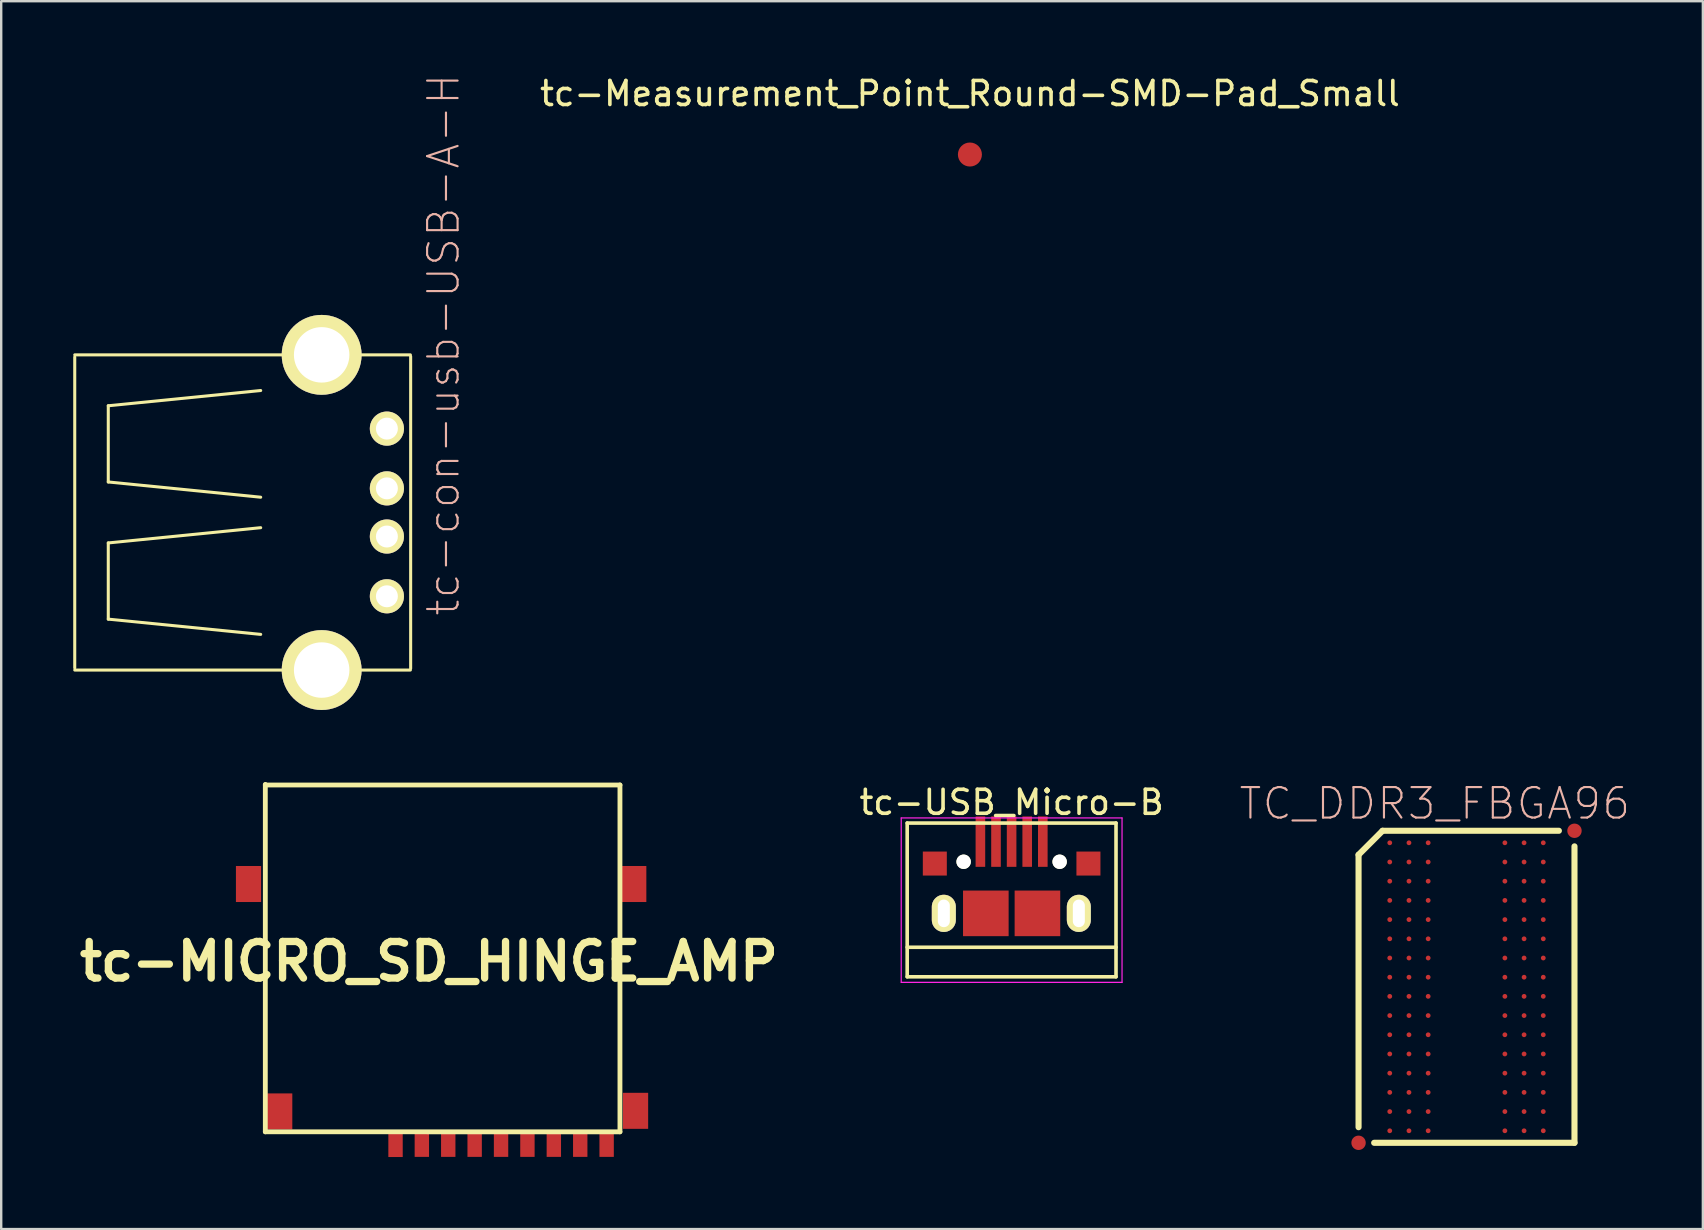
<source format=kicad_pcb>
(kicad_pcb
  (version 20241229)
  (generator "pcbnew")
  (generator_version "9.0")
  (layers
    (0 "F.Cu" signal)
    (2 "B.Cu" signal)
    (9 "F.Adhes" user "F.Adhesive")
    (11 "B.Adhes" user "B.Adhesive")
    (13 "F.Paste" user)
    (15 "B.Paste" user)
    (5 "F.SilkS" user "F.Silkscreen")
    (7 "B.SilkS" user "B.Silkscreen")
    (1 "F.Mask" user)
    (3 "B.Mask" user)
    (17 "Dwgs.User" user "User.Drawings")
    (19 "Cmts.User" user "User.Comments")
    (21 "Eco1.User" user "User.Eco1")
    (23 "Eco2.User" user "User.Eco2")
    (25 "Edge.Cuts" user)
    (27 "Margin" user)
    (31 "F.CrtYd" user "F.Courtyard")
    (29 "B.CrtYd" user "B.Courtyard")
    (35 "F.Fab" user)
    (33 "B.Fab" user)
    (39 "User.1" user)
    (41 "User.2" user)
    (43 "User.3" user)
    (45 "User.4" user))
  (footprint "tc-con-usb-USB-A-H"
    (layer "F.Cu")
    (at 10.351 18.3)
    (property "Reference" "tc-con-usb-USB-A-H" (at 5.08 -6.985 90) (layer "B.SilkS") (effects (font (size 1.27 1.27) (thickness 0.089))))
    (attr exclude_from_pos_files exclude_from_bom)
    (fp_line (start -10.287 -6.477) (end -10.287 6.477) (stroke (width 0.127) (type solid)) (layer "F.SilkS"))
    (fp_line (start -8.89 -4.445) (end -8.89 -1.27) (stroke (width 0.127) (type solid)) (layer "F.SilkS"))
    (fp_line (start -8.89 -1.27) (end -2.54 -0.635) (stroke (width 0.127) (type solid)) (layer "F.SilkS"))
    (fp_line (start -8.89 1.27) (end -2.54 0.635) (stroke (width 0.127) (type solid)) (layer "F.SilkS"))
    (fp_line (start -8.89 4.445) (end -8.89 1.27) (stroke (width 0.127) (type solid)) (layer "F.SilkS"))
    (fp_line (start -2.54 -5.08) (end -8.89 -4.445) (stroke (width 0.127) (type solid)) (layer "F.SilkS"))
    (fp_line (start -2.54 5.08) (end -8.89 4.445) (stroke (width 0.127) (type solid)) (layer "F.SilkS"))
    (fp_line (start 3.696 -6.566) (end -10.287 -6.566) (stroke (width 0.127) (type solid)) (layer "F.SilkS"))
    (fp_line (start 3.696 6.566) (end -10.287 6.566) (stroke (width 0.127) (type solid)) (layer "F.SilkS"))
    (fp_line (start 3.708 -6.502) (end 3.708 6.502) (stroke (width 0.127) (type solid)) (layer "F.SilkS"))
    (pad "1" thru_hole circle (at 2.718 -3.493) (size 1.422 1.422) (drill 0.914) (layers "*.Cu" "F.Mask" "F.SilkS" "F.Paste"))
    (pad "2" thru_hole circle (at 2.718 -1.003) (size 1.422 1.422) (drill 0.914) (layers "*.Cu" "F.Mask" "F.SilkS" "F.Paste"))
    (pad "3" thru_hole circle (at 2.718 1.003) (size 1.422 1.422) (drill 0.914) (layers "*.Cu" "F.Mask" "F.SilkS" "F.Paste"))
    (pad "4" thru_hole circle (at 2.718 3.493) (size 1.422 1.422) (drill 0.914) (layers "*.Cu" "F.Mask" "F.SilkS" "F.Paste"))
    (pad "5" thru_hole circle (at 0 -6.566) (size 3.327 3.327) (drill 2.311) (layers "*.Cu" "F.Mask" "F.SilkS" "F.Paste"))
    (pad "5" thru_hole circle (at 0 6.566) (size 3.327 3.327) (drill 2.311) (layers "*.Cu" "F.Mask" "F.SilkS" "F.Paste")))
  (footprint "tc-Measurement_Point_Round-SMD-Pad_Small"
    (layer "F.Cu")
    (at 37.359 3.388)
    (property "Reference" "tc-Measurement_Point_Round-SMD-Pad_Small" (at 0 -2.54 0) (layer "F.SilkS") (effects (font (size 1 1) (thickness 0.15))))
    (attr through_hole)
    (pad "1" smd circle (at 0 0) (size 1 1) (layers "F.Cu" "F.Mask" "F.Paste")))
  (footprint "TC_DDR3_FBGA96"
    (layer "F.Cu")
    (at 58.049 38.062)
    (property "Reference" "TC_DDR3_FBGA96" (at -1.323 -7.633 0) (layer "B.SilkS") (effects (font (size 1.27 1.27) (thickness 0.089))))
    (attr smd)
    (fp_line (start -4.498 -5.499) (end -4.498 5.85) (stroke (width 0.254) (type solid)) (layer "F.SilkS"))
    (fp_line (start -3.848 6.5) (end 4.498 6.5) (stroke (width 0.254) (type solid)) (layer "F.SilkS"))
    (fp_line (start -3.498 -6.5) (end -4.498 -5.499) (stroke (width 0.254) (type solid)) (layer "F.SilkS"))
    (fp_line (start 3.848 -6.5) (end -3.498 -6.5) (stroke (width 0.254) (type solid)) (layer "F.SilkS"))
    (fp_line (start 4.498 6.5) (end 4.498 -5.85) (stroke (width 0.254) (type solid)) (layer "F.SilkS"))
    (pad "A1" smd circle (at -3.198 -5.999) (size 0.2 0.2) (layers "F.Cu" "F.Mask" "F.Paste"))
    (pad "A2" smd circle (at -2.398 -5.999) (size 0.2 0.2) (layers "F.Cu" "F.Mask" "F.Paste"))
    (pad "A3" smd circle (at -1.598 -5.999) (size 0.2 0.2) (layers "F.Cu" "F.Mask" "F.Paste"))
    (pad "A7" smd circle (at 1.598 -5.999) (size 0.2 0.2) (layers "F.Cu" "F.Mask" "F.Paste"))
    (pad "A8" smd circle (at 2.398 -5.999) (size 0.2 0.2) (layers "F.Cu" "F.Mask" "F.Paste"))
    (pad "A9" smd circle (at 3.198 -5.999) (size 0.2 0.2) (layers "F.Cu" "F.Mask" "F.Paste"))
    (pad "B1" smd circle (at -3.198 -5.199) (size 0.2 0.2) (layers "F.Cu" "F.Mask" "F.Paste"))
    (pad "B2" smd circle (at -2.398 -5.199) (size 0.2 0.2) (layers "F.Cu" "F.Mask" "F.Paste"))
    (pad "B3" smd circle (at -1.598 -5.199) (size 0.2 0.2) (layers "F.Cu" "F.Mask" "F.Paste"))
    (pad "B7" smd circle (at 1.598 -5.199) (size 0.2 0.2) (layers "F.Cu" "F.Mask" "F.Paste"))
    (pad "B8" smd circle (at 2.398 -5.199) (size 0.2 0.2) (layers "F.Cu" "F.Mask" "F.Paste"))
    (pad "B9" smd circle (at 3.198 -5.199) (size 0.2 0.2) (layers "F.Cu" "F.Mask" "F.Paste"))
    (pad "C1" smd circle (at -3.198 -4.399) (size 0.2 0.2) (layers "F.Cu" "F.Mask" "F.Paste"))
    (pad "C2" smd circle (at -2.398 -4.399) (size 0.2 0.2) (layers "F.Cu" "F.Mask" "F.Paste"))
    (pad "C3" smd circle (at -1.598 -4.399) (size 0.2 0.2) (layers "F.Cu" "F.Mask" "F.Paste"))
    (pad "C7" smd circle (at 1.598 -4.399) (size 0.2 0.2) (layers "F.Cu" "F.Mask" "F.Paste"))
    (pad "C8" smd circle (at 2.398 -4.399) (size 0.2 0.2) (layers "F.Cu" "F.Mask" "F.Paste"))
    (pad "C9" smd circle (at 3.198 -4.399) (size 0.2 0.2) (layers "F.Cu" "F.Mask" "F.Paste"))
    (pad "D1" smd circle (at -3.198 -3.599) (size 0.2 0.2) (layers "F.Cu" "F.Mask" "F.Paste"))
    (pad "D2" smd circle (at -2.398 -3.599) (size 0.2 0.2) (layers "F.Cu" "F.Mask" "F.Paste"))
    (pad "D3" smd circle (at -1.598 -3.599) (size 0.2 0.2) (layers "F.Cu" "F.Mask" "F.Paste"))
    (pad "D7" smd circle (at 1.598 -3.599) (size 0.2 0.2) (layers "F.Cu" "F.Mask" "F.Paste"))
    (pad "D8" smd circle (at 2.398 -3.599) (size 0.2 0.2) (layers "F.Cu" "F.Mask" "F.Paste"))
    (pad "D9" smd circle (at 3.198 -3.599) (size 0.2 0.2) (layers "F.Cu" "F.Mask" "F.Paste"))
    (pad "E1" smd circle (at -3.198 -2.799) (size 0.2 0.2) (layers "F.Cu" "F.Mask" "F.Paste"))
    (pad "E2" smd circle (at -2.398 -2.799) (size 0.2 0.2) (layers "F.Cu" "F.Mask" "F.Paste"))
    (pad "E3" smd circle (at -1.598 -2.799) (size 0.2 0.2) (layers "F.Cu" "F.Mask" "F.Paste"))
    (pad "E7" smd circle (at 1.598 -2.799) (size 0.2 0.2) (layers "F.Cu" "F.Mask" "F.Paste"))
    (pad "E8" smd circle (at 2.398 -2.799) (size 0.2 0.2) (layers "F.Cu" "F.Mask" "F.Paste"))
    (pad "E9" smd circle (at 3.198 -2.799) (size 0.2 0.2) (layers "F.Cu" "F.Mask" "F.Paste"))
    (pad "F1" smd circle (at -3.198 -1.999) (size 0.2 0.2) (layers "F.Cu" "F.Mask" "F.Paste"))
    (pad "F2" smd circle (at -2.398 -1.999) (size 0.2 0.2) (layers "F.Cu" "F.Mask" "F.Paste"))
    (pad "F3" smd circle (at -1.598 -1.999) (size 0.2 0.2) (layers "F.Cu" "F.Mask" "F.Paste"))
    (pad "F7" smd circle (at 1.598 -1.999) (size 0.2 0.2) (layers "F.Cu" "F.Mask" "F.Paste"))
    (pad "F8" smd circle (at 2.398 -1.999) (size 0.2 0.2) (layers "F.Cu" "F.Mask" "F.Paste"))
    (pad "F9" smd circle (at 3.198 -1.999) (size 0.2 0.2) (layers "F.Cu" "F.Mask" "F.Paste"))
    (pad "FID1" smd circle (at -4.498 6.5) (size 0.599 0.599) (layers "F.Cu" "F.Mask" "F.Paste"))
    (pad "FID2" smd circle (at 4.498 -6.5) (size 0.599 0.599) (layers "F.Cu" "F.Mask" "F.Paste"))
    (pad "G1" smd circle (at -3.198 -1.199) (size 0.2 0.2) (layers "F.Cu" "F.Mask" "F.Paste"))
    (pad "G2" smd circle (at -2.398 -1.199) (size 0.2 0.2) (layers "F.Cu" "F.Mask" "F.Paste"))
    (pad "G3" smd circle (at -1.598 -1.199) (size 0.2 0.2) (layers "F.Cu" "F.Mask" "F.Paste"))
    (pad "G7" smd circle (at 1.598 -1.199) (size 0.2 0.2) (layers "F.Cu" "F.Mask" "F.Paste"))
    (pad "G8" smd circle (at 2.398 -1.199) (size 0.2 0.2) (layers "F.Cu" "F.Mask" "F.Paste"))
    (pad "G9" smd circle (at 3.198 -1.199) (size 0.2 0.2) (layers "F.Cu" "F.Mask" "F.Paste"))
    (pad "H1" smd circle (at -3.198 -0.399) (size 0.2 0.2) (layers "F.Cu" "F.Mask" "F.Paste"))
    (pad "H2" smd circle (at -2.398 -0.399) (size 0.2 0.2) (layers "F.Cu" "F.Mask" "F.Paste"))
    (pad "H3" smd circle (at -1.598 -0.399) (size 0.2 0.2) (layers "F.Cu" "F.Mask" "F.Paste"))
    (pad "H7" smd circle (at 1.598 -0.399) (size 0.2 0.2) (layers "F.Cu" "F.Mask" "F.Paste"))
    (pad "H8" smd circle (at 2.398 -0.399) (size 0.2 0.2) (layers "F.Cu" "F.Mask" "F.Paste"))
    (pad "H9" smd circle (at 3.198 -0.399) (size 0.2 0.2) (layers "F.Cu" "F.Mask" "F.Paste"))
    (pad "J1" smd circle (at -3.198 0.399) (size 0.2 0.2) (layers "F.Cu" "F.Mask" "F.Paste"))
    (pad "J2" smd circle (at -2.398 0.399) (size 0.2 0.2) (layers "F.Cu" "F.Mask" "F.Paste"))
    (pad "J3" smd circle (at -1.598 0.399) (size 0.2 0.2) (layers "F.Cu" "F.Mask" "F.Paste"))
    (pad "J7" smd circle (at 1.598 0.399) (size 0.2 0.2) (layers "F.Cu" "F.Mask" "F.Paste"))
    (pad "J8" smd circle (at 2.398 0.399) (size 0.2 0.2) (layers "F.Cu" "F.Mask" "F.Paste"))
    (pad "J9" smd circle (at 3.198 0.399) (size 0.2 0.2) (layers "F.Cu" "F.Mask" "F.Paste"))
    (pad "K1" smd circle (at -3.198 1.199) (size 0.2 0.2) (layers "F.Cu" "F.Mask" "F.Paste"))
    (pad "K2" smd circle (at -2.398 1.199) (size 0.2 0.2) (layers "F.Cu" "F.Mask" "F.Paste"))
    (pad "K3" smd circle (at -1.598 1.199) (size 0.2 0.2) (layers "F.Cu" "F.Mask" "F.Paste"))
    (pad "K7" smd circle (at 1.598 1.199) (size 0.2 0.2) (layers "F.Cu" "F.Mask" "F.Paste"))
    (pad "K8" smd circle (at 2.398 1.199) (size 0.2 0.2) (layers "F.Cu" "F.Mask" "F.Paste"))
    (pad "K9" smd circle (at 3.198 1.199) (size 0.2 0.2) (layers "F.Cu" "F.Mask" "F.Paste"))
    (pad "L1" smd circle (at -3.198 1.999) (size 0.2 0.2) (layers "F.Cu" "F.Mask" "F.Paste"))
    (pad "L2" smd circle (at -2.398 1.999) (size 0.2 0.2) (layers "F.Cu" "F.Mask" "F.Paste"))
    (pad "L3" smd circle (at -1.598 1.999) (size 0.2 0.2) (layers "F.Cu" "F.Mask" "F.Paste"))
    (pad "L7" smd circle (at 1.598 1.999) (size 0.2 0.2) (layers "F.Cu" "F.Mask" "F.Paste"))
    (pad "L8" smd circle (at 2.398 1.999) (size 0.2 0.2) (layers "F.Cu" "F.Mask" "F.Paste"))
    (pad "L9" smd circle (at 3.198 1.999) (size 0.2 0.2) (layers "F.Cu" "F.Mask" "F.Paste"))
    (pad "M1" smd circle (at -3.198 2.799) (size 0.2 0.2) (layers "F.Cu" "F.Mask" "F.Paste"))
    (pad "M2" smd circle (at -2.398 2.799) (size 0.2 0.2) (layers "F.Cu" "F.Mask" "F.Paste"))
    (pad "M3" smd circle (at -1.598 2.799) (size 0.2 0.2) (layers "F.Cu" "F.Mask" "F.Paste"))
    (pad "M7" smd circle (at 1.598 2.799) (size 0.2 0.2) (layers "F.Cu" "F.Mask" "F.Paste"))
    (pad "M8" smd circle (at 2.398 2.799) (size 0.2 0.2) (layers "F.Cu" "F.Mask" "F.Paste"))
    (pad "M9" smd circle (at 3.198 2.799) (size 0.2 0.2) (layers "F.Cu" "F.Mask" "F.Paste"))
    (pad "N1" smd circle (at -3.198 3.599) (size 0.2 0.2) (layers "F.Cu" "F.Mask" "F.Paste"))
    (pad "N2" smd circle (at -2.398 3.599) (size 0.2 0.2) (layers "F.Cu" "F.Mask" "F.Paste"))
    (pad "N3" smd circle (at -1.598 3.599) (size 0.2 0.2) (layers "F.Cu" "F.Mask" "F.Paste"))
    (pad "N7" smd circle (at 1.598 3.599) (size 0.2 0.2) (layers "F.Cu" "F.Mask" "F.Paste"))
    (pad "N8" smd circle (at 2.398 3.599) (size 0.2 0.2) (layers "F.Cu" "F.Mask" "F.Paste"))
    (pad "N9" smd circle (at 3.198 3.599) (size 0.2 0.2) (layers "F.Cu" "F.Mask" "F.Paste"))
    (pad "P1" smd circle (at -3.198 4.399) (size 0.2 0.2) (layers "F.Cu" "F.Mask" "F.Paste"))
    (pad "P2" smd circle (at -2.398 4.399) (size 0.2 0.2) (layers "F.Cu" "F.Mask" "F.Paste"))
    (pad "P3" smd circle (at -1.598 4.399) (size 0.2 0.2) (layers "F.Cu" "F.Mask" "F.Paste"))
    (pad "P7" smd circle (at 1.598 4.399) (size 0.2 0.2) (layers "F.Cu" "F.Mask" "F.Paste"))
    (pad "P8" smd circle (at 2.398 4.399) (size 0.2 0.2) (layers "F.Cu" "F.Mask" "F.Paste"))
    (pad "P9" smd circle (at 3.198 4.399) (size 0.2 0.2) (layers "F.Cu" "F.Mask" "F.Paste"))
    (pad "R1" smd circle (at -3.198 5.199) (size 0.2 0.2) (layers "F.Cu" "F.Mask" "F.Paste"))
    (pad "R2" smd circle (at -2.398 5.199) (size 0.2 0.2) (layers "F.Cu" "F.Mask" "F.Paste"))
    (pad "R3" smd circle (at -1.598 5.199) (size 0.2 0.2) (layers "F.Cu" "F.Mask" "F.Paste"))
    (pad "R7" smd circle (at 1.598 5.199) (size 0.2 0.2) (layers "F.Cu" "F.Mask" "F.Paste"))
    (pad "R8" smd circle (at 2.398 5.199) (size 0.2 0.2) (layers "F.Cu" "F.Mask" "F.Paste"))
    (pad "R9" smd circle (at 3.198 5.199) (size 0.2 0.2) (layers "F.Cu" "F.Mask" "F.Paste"))
    (pad "T1" smd circle (at -3.198 5.999) (size 0.2 0.2) (layers "F.Cu" "F.Mask" "F.Paste"))
    (pad "T2" smd circle (at -2.398 5.999) (size 0.2 0.2) (layers "F.Cu" "F.Mask" "F.Paste"))
    (pad "T3" smd circle (at -1.598 5.999) (size 0.2 0.2) (layers "F.Cu" "F.Mask" "F.Paste"))
    (pad "T7" smd circle (at 1.598 5.999) (size 0.2 0.2) (layers "F.Cu" "F.Mask" "F.Paste"))
    (pad "T8" smd circle (at 2.398 5.999) (size 0.2 0.2) (layers "F.Cu" "F.Mask" "F.Paste"))
    (pad "T9" smd circle (at 3.198 5.999) (size 0.2 0.2) (layers "F.Cu" "F.Mask" "F.Paste")))
  (footprint "tc-USB_Micro-B"
    (layer "F.Cu")
    (at 39.097 33.828)
    (property "Reference" "tc-USB_Micro-B" (at 0 -3.45 0) (layer "F.SilkS") (effects (font (size 1 1) (thickness 0.15))))
    (attr smd)
    (fp_line (start -4.351 -2.588) (end 4.349 -2.588) (stroke (width 0.15) (type solid)) (layer "F.SilkS"))
    (fp_line (start -4.351 3.817) (end -4.351 -2.588) (stroke (width 0.15) (type solid)) (layer "F.SilkS"))
    (fp_line (start -4.351 3.817) (end 4.349 3.817) (stroke (width 0.15) (type solid)) (layer "F.SilkS"))
    (fp_line (start 4.349 -2.588) (end 4.349 3.817) (stroke (width 0.15) (type solid)) (layer "F.SilkS"))
    (fp_line (start 4.349 2.587) (end -4.351 2.587) (stroke (width 0.15) (type solid)) (layer "F.SilkS"))
    (fp_line (start -4.6 -2.8) (end 4.6 -2.8) (stroke (width 0.05) (type solid)) (layer "F.CrtYd"))
    (fp_line (start -4.6 4.05) (end -4.6 -2.8) (stroke (width 0.05) (type solid)) (layer "F.CrtYd"))
    (fp_line (start 4.6 -2.8) (end 4.6 4.05) (stroke (width 0.05) (type solid)) (layer "F.CrtYd"))
    (fp_line (start 4.6 4.05) (end -4.6 4.05) (stroke (width 0.05) (type solid)) (layer "F.CrtYd"))
    (pad "" np_thru_hole circle (at -2 -0.975) (size 0.6 0.6) (drill 0.6) (layers "*.Cu" "*.Mask" "F.SilkS"))
    (pad "" np_thru_hole circle (at 2 -0.975) (size 0.6 0.6) (drill 0.6) (layers "*.Cu" "*.Mask" "F.SilkS"))
    (pad "1" smd rect (at -1.301 -1.813 90) (size 2.1 0.4) (layers "F.Cu" "F.Mask" "F.Paste"))
    (pad "2" smd rect (at -0.651 -1.813 90) (size 2.1 0.4) (layers "F.Cu" "F.Mask" "F.Paste"))
    (pad "3" smd rect (at -0.001 -1.813 90) (size 2.1 0.4) (layers "F.Cu" "F.Mask" "F.Paste"))
    (pad "4" smd rect (at 0.649 -1.813 90) (size 2.1 0.4) (layers "F.Cu" "F.Mask" "F.Paste"))
    (pad "5" smd rect (at 1.299 -1.813 90) (size 2.1 0.4) (layers "F.Cu" "F.Mask" "F.Paste"))
    (pad "6" smd rect (at -3.2 -0.9 90) (size 1 1) (layers "F.Cu" "F.Mask" "F.Paste"))
    (pad "6" thru_hole oval (at -2.825 1.175 90) (size 1.55 1) (drill oval 1.15 0.5) (layers "*.Cu" "*.Mask" "F.SilkS"))
    (pad "6" smd rect (at -1.075 1.175 90) (size 1.9 1.9) (layers "F.Cu" "F.Mask" "F.Paste"))
    (pad "6" smd rect (at 1.075 1.175 90) (size 1.9 1.9) (layers "F.Cu" "F.Mask" "F.Paste"))
    (pad "6" thru_hole oval (at 2.8 1.175 90) (size 1.55 1) (drill oval 1.15 0.5) (layers "*.Cu" "*.Mask" "F.SilkS"))
    (pad "6" smd rect (at 3.2 -0.9 90) (size 1 1) (layers "F.Cu" "F.Mask" "F.Paste")))
  (footprint "tc-MICRO_SD_HINGE_AMP"
    (layer "F.Cu")
    (at 14.804 30.805)
    (property "Reference" "tc-MICRO_SD_HINGE_AMP" (at 0.015 6.203 0) (layer "F.SilkS") (effects (font (size 1.524 1.524) (thickness 0.305))))
    (attr smd)
    (fp_line (start -6.8 -1.15) (end 7.975 -1.15) (stroke (width 0.201) (type solid)) (layer "F.SilkS"))
    (fp_line (start -6.8 13.299) (end -6.8 -1.175) (stroke (width 0.201) (type solid)) (layer "F.SilkS"))
    (fp_line (start 7.975 -1.15) (end 7.975 13.3) (stroke (width 0.201) (type solid)) (layer "F.SilkS"))
    (fp_line (start 7.975 13.3) (end -6.8 13.299) (stroke (width 0.201) (type solid)) (layer "F.SilkS"))
    (pad "1" smd rect (at -1.375 13.825) (size 0.599 1.049) (layers "F.Cu" "F.Mask" "F.Paste"))
    (pad "2" smd rect (at -0.279 13.819) (size 0.599 1.049) (layers "F.Cu" "F.Mask" "F.Paste"))
    (pad "3" smd rect (at 0.821 13.819) (size 0.599 1.049) (layers "F.Cu" "F.Mask" "F.Paste"))
    (pad "4" smd rect (at 1.921 13.819) (size 0.599 1.049) (layers "F.Cu" "F.Mask" "F.Paste"))
    (pad "5" smd rect (at 3.021 13.819) (size 0.599 1.049) (layers "F.Cu" "F.Mask" "F.Paste"))
    (pad "6" smd rect (at 4.12 13.819) (size 0.599 1.049) (layers "F.Cu" "F.Mask" "F.Paste"))
    (pad "7" smd rect (at 5.22 13.819) (size 0.599 1.049) (layers "F.Cu" "F.Mask" "F.Paste"))
    (pad "8" smd rect (at 6.32 13.819) (size 0.599 1.049) (layers "F.Cu" "F.Mask" "F.Paste"))
    (pad "9" smd rect (at -6.2 12.45) (size 1.049 1.501) (layers "F.Cu" "F.Mask" "F.Paste"))
    (pad "10" smd rect (at -7.5 2.975) (size 1.049 1.501) (layers "F.Cu" "F.Mask" "F.Paste"))
    (pad "11" smd rect (at 8.55 2.975) (size 1.049 1.501) (layers "F.Cu" "F.Mask" "F.Paste"))
    (pad "12" smd rect (at 8.625 12.425) (size 1.049 1.501) (layers "F.Cu" "F.Mask" "F.Paste"))
    (pad "CD" smd rect (at 7.42 13.819) (size 0.599 1.049) (layers "F.Cu" "F.Mask" "F.Paste")))
  (gr_rect
    (start -3 -3)
    (end 67.896 48.155)
    (stroke (width 0.1) (type default))
    (fill no)
    (layer "Edge.Cuts")))
</source>
